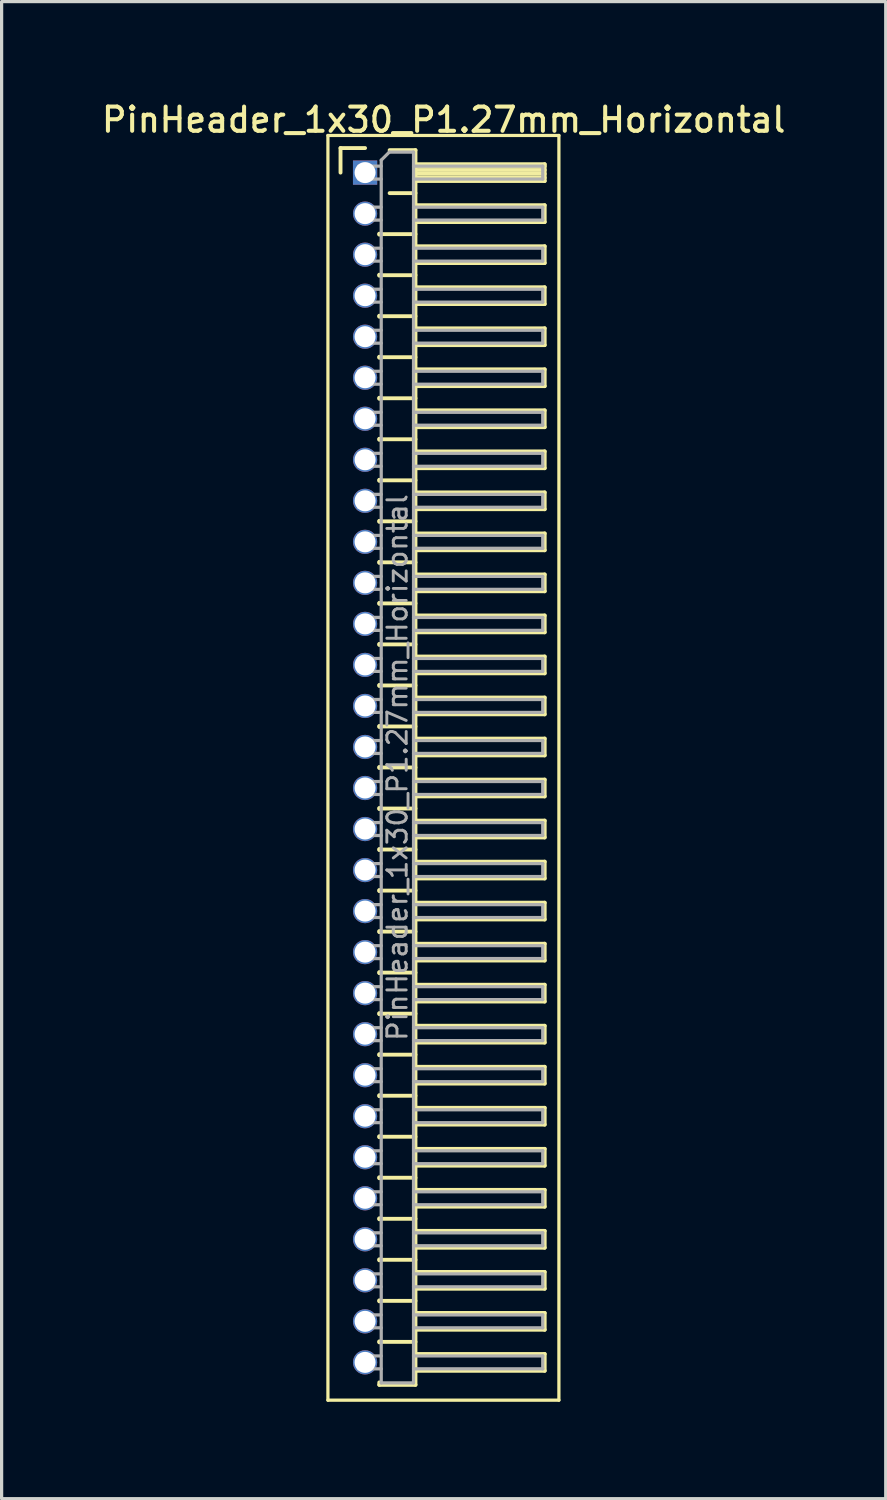
<source format=kicad_pcb>
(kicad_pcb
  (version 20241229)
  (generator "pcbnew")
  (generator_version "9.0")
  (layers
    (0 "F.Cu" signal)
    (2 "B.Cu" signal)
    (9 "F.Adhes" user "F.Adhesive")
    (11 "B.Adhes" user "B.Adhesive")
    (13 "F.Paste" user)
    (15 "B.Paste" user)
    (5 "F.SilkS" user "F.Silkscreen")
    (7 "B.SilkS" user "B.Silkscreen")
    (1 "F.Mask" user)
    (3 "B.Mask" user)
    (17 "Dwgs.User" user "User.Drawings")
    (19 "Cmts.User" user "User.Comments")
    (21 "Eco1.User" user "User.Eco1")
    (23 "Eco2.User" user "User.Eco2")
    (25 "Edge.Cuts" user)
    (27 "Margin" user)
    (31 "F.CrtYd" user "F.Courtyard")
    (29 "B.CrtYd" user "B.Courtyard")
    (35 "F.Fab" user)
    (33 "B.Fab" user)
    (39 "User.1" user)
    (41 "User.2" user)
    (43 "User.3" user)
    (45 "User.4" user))
  (footprint "PinHeader_1x30_P1.27mm_Horizontal"
    (layer "F.Cu")
    (at 8.251 2.293)
    (property "Reference" "PinHeader_1x30_P1.27mm_Horizontal" (at 2.433 -1.635 0) (layer "F.SilkS") (effects (font (size 0.75 0.75) (thickness 0.125))))
    (attr through_hole)
    (fp_line (start -1.15 -1.15) (end -1.15 38) (stroke (width 0.1) (type solid)) (layer "F.SilkS"))
    (fp_line (start -1.15 38) (end 6 38) (stroke (width 0.1) (type solid)) (layer "F.SilkS"))
    (fp_line (start -0.76 -0.76) (end 0 -0.76) (stroke (width 0.12) (type solid)) (layer "F.SilkS"))
    (fp_line (start -0.76 0) (end -0.76 -0.76) (stroke (width 0.12) (type solid)) (layer "F.SilkS"))
    (fp_line (start 0.44 1.89) (end 0.44 1.92) (stroke (width 0.12) (type solid)) (layer "F.SilkS"))
    (fp_line (start 0.44 1.905) (end 1.56 1.905) (stroke (width 0.12) (type solid)) (layer "F.SilkS"))
    (fp_line (start 0.44 3.16) (end 0.44 3.19) (stroke (width 0.12) (type solid)) (layer "F.SilkS"))
    (fp_line (start 0.44 3.175) (end 1.56 3.175) (stroke (width 0.12) (type solid)) (layer "F.SilkS"))
    (fp_line (start 0.44 4.43) (end 0.44 4.46) (stroke (width 0.12) (type solid)) (layer "F.SilkS"))
    (fp_line (start 0.44 4.445) (end 1.56 4.445) (stroke (width 0.12) (type solid)) (layer "F.SilkS"))
    (fp_line (start 0.44 5.7) (end 0.44 5.73) (stroke (width 0.12) (type solid)) (layer "F.SilkS"))
    (fp_line (start 0.44 5.715) (end 1.56 5.715) (stroke (width 0.12) (type solid)) (layer "F.SilkS"))
    (fp_line (start 0.44 6.97) (end 0.44 7) (stroke (width 0.12) (type solid)) (layer "F.SilkS"))
    (fp_line (start 0.44 6.985) (end 1.56 6.985) (stroke (width 0.12) (type solid)) (layer "F.SilkS"))
    (fp_line (start 0.44 8.24) (end 0.44 8.27) (stroke (width 0.12) (type solid)) (layer "F.SilkS"))
    (fp_line (start 0.44 8.255) (end 1.56 8.255) (stroke (width 0.12) (type solid)) (layer "F.SilkS"))
    (fp_line (start 0.44 9.51) (end 0.44 9.54) (stroke (width 0.12) (type solid)) (layer "F.SilkS"))
    (fp_line (start 0.44 9.525) (end 1.56 9.525) (stroke (width 0.12) (type solid)) (layer "F.SilkS"))
    (fp_line (start 0.44 10.78) (end 0.44 10.81) (stroke (width 0.12) (type solid)) (layer "F.SilkS"))
    (fp_line (start 0.44 10.795) (end 1.56 10.795) (stroke (width 0.12) (type solid)) (layer "F.SilkS"))
    (fp_line (start 0.44 12.05) (end 0.44 12.08) (stroke (width 0.12) (type solid)) (layer "F.SilkS"))
    (fp_line (start 0.44 12.065) (end 1.56 12.065) (stroke (width 0.12) (type solid)) (layer "F.SilkS"))
    (fp_line (start 0.44 13.32) (end 0.44 13.35) (stroke (width 0.12) (type solid)) (layer "F.SilkS"))
    (fp_line (start 0.44 13.335) (end 1.56 13.335) (stroke (width 0.12) (type solid)) (layer "F.SilkS"))
    (fp_line (start 0.44 14.59) (end 0.44 14.62) (stroke (width 0.12) (type solid)) (layer "F.SilkS"))
    (fp_line (start 0.44 14.605) (end 1.56 14.605) (stroke (width 0.12) (type solid)) (layer "F.SilkS"))
    (fp_line (start 0.44 15.86) (end 0.44 15.89) (stroke (width 0.12) (type solid)) (layer "F.SilkS"))
    (fp_line (start 0.44 15.875) (end 1.56 15.875) (stroke (width 0.12) (type solid)) (layer "F.SilkS"))
    (fp_line (start 0.44 17.13) (end 0.44 17.16) (stroke (width 0.12) (type solid)) (layer "F.SilkS"))
    (fp_line (start 0.44 17.145) (end 1.56 17.145) (stroke (width 0.12) (type solid)) (layer "F.SilkS"))
    (fp_line (start 0.44 18.4) (end 0.44 18.43) (stroke (width 0.12) (type solid)) (layer "F.SilkS"))
    (fp_line (start 0.44 18.415) (end 1.56 18.415) (stroke (width 0.12) (type solid)) (layer "F.SilkS"))
    (fp_line (start 0.44 19.67) (end 0.44 19.7) (stroke (width 0.12) (type solid)) (layer "F.SilkS"))
    (fp_line (start 0.44 19.685) (end 1.56 19.685) (stroke (width 0.12) (type solid)) (layer "F.SilkS"))
    (fp_line (start 0.44 20.94) (end 0.44 20.97) (stroke (width 0.12) (type solid)) (layer "F.SilkS"))
    (fp_line (start 0.44 20.955) (end 1.56 20.955) (stroke (width 0.12) (type solid)) (layer "F.SilkS"))
    (fp_line (start 0.44 22.21) (end 0.44 22.24) (stroke (width 0.12) (type solid)) (layer "F.SilkS"))
    (fp_line (start 0.44 22.225) (end 1.56 22.225) (stroke (width 0.12) (type solid)) (layer "F.SilkS"))
    (fp_line (start 0.44 23.48) (end 0.44 23.51) (stroke (width 0.12) (type solid)) (layer "F.SilkS"))
    (fp_line (start 0.44 23.495) (end 1.56 23.495) (stroke (width 0.12) (type solid)) (layer "F.SilkS"))
    (fp_line (start 0.44 24.75) (end 0.44 24.78) (stroke (width 0.12) (type solid)) (layer "F.SilkS"))
    (fp_line (start 0.44 24.765) (end 1.56 24.765) (stroke (width 0.12) (type solid)) (layer "F.SilkS"))
    (fp_line (start 0.44 26.02) (end 0.44 26.05) (stroke (width 0.12) (type solid)) (layer "F.SilkS"))
    (fp_line (start 0.44 26.035) (end 1.56 26.035) (stroke (width 0.12) (type solid)) (layer "F.SilkS"))
    (fp_line (start 0.44 27.29) (end 0.44 27.32) (stroke (width 0.12) (type solid)) (layer "F.SilkS"))
    (fp_line (start 0.44 27.305) (end 1.56 27.305) (stroke (width 0.12) (type solid)) (layer "F.SilkS"))
    (fp_line (start 0.44 28.56) (end 0.44 28.59) (stroke (width 0.12) (type solid)) (layer "F.SilkS"))
    (fp_line (start 0.44 28.575) (end 1.56 28.575) (stroke (width 0.12) (type solid)) (layer "F.SilkS"))
    (fp_line (start 0.44 29.83) (end 0.44 29.86) (stroke (width 0.12) (type solid)) (layer "F.SilkS"))
    (fp_line (start 0.44 29.845) (end 1.56 29.845) (stroke (width 0.12) (type solid)) (layer "F.SilkS"))
    (fp_line (start 0.44 31.1) (end 0.44 31.13) (stroke (width 0.12) (type solid)) (layer "F.SilkS"))
    (fp_line (start 0.44 31.115) (end 1.56 31.115) (stroke (width 0.12) (type solid)) (layer "F.SilkS"))
    (fp_line (start 0.44 32.37) (end 0.44 32.4) (stroke (width 0.12) (type solid)) (layer "F.SilkS"))
    (fp_line (start 0.44 32.385) (end 1.56 32.385) (stroke (width 0.12) (type solid)) (layer "F.SilkS"))
    (fp_line (start 0.44 33.64) (end 0.44 33.67) (stroke (width 0.12) (type solid)) (layer "F.SilkS"))
    (fp_line (start 0.44 33.655) (end 1.56 33.655) (stroke (width 0.12) (type solid)) (layer "F.SilkS"))
    (fp_line (start 0.44 34.91) (end 0.44 34.94) (stroke (width 0.12) (type solid)) (layer "F.SilkS"))
    (fp_line (start 0.44 34.925) (end 1.56 34.925) (stroke (width 0.12) (type solid)) (layer "F.SilkS"))
    (fp_line (start 0.44 36.18) (end 0.44 36.21) (stroke (width 0.12) (type solid)) (layer "F.SilkS"))
    (fp_line (start 0.44 36.195) (end 1.56 36.195) (stroke (width 0.12) (type solid)) (layer "F.SilkS"))
    (fp_line (start 0.44 37.525) (end 0.44 37.45) (stroke (width 0.12) (type solid)) (layer "F.SilkS"))
    (fp_line (start 0.76 -0.695) (end 1.56 -0.695) (stroke (width 0.12) (type solid)) (layer "F.SilkS"))
    (fp_line (start 0.76 0.635) (end 1.56 0.635) (stroke (width 0.12) (type solid)) (layer "F.SilkS"))
    (fp_line (start 1.56 -0.695) (end 1.56 37.525) (stroke (width 0.12) (type solid)) (layer "F.SilkS"))
    (fp_line (start 1.56 -0.26) (end 5.56 -0.26) (stroke (width 0.12) (type solid)) (layer "F.SilkS"))
    (fp_line (start 1.56 -0.2) (end 5.56 -0.2) (stroke (width 0.12) (type solid)) (layer "F.SilkS"))
    (fp_line (start 1.56 -0.08) (end 5.56 -0.08) (stroke (width 0.12) (type solid)) (layer "F.SilkS"))
    (fp_line (start 1.56 0.04) (end 5.56 0.04) (stroke (width 0.12) (type solid)) (layer "F.SilkS"))
    (fp_line (start 1.56 0.16) (end 5.56 0.16) (stroke (width 0.12) (type solid)) (layer "F.SilkS"))
    (fp_line (start 1.56 1.01) (end 5.56 1.01) (stroke (width 0.12) (type solid)) (layer "F.SilkS"))
    (fp_line (start 1.56 2.28) (end 5.56 2.28) (stroke (width 0.12) (type solid)) (layer "F.SilkS"))
    (fp_line (start 1.56 3.55) (end 5.56 3.55) (stroke (width 0.12) (type solid)) (layer "F.SilkS"))
    (fp_line (start 1.56 4.82) (end 5.56 4.82) (stroke (width 0.12) (type solid)) (layer "F.SilkS"))
    (fp_line (start 1.56 6.09) (end 5.56 6.09) (stroke (width 0.12) (type solid)) (layer "F.SilkS"))
    (fp_line (start 1.56 7.36) (end 5.56 7.36) (stroke (width 0.12) (type solid)) (layer "F.SilkS"))
    (fp_line (start 1.56 8.63) (end 5.56 8.63) (stroke (width 0.12) (type solid)) (layer "F.SilkS"))
    (fp_line (start 1.56 9.9) (end 5.56 9.9) (stroke (width 0.12) (type solid)) (layer "F.SilkS"))
    (fp_line (start 1.56 11.17) (end 5.56 11.17) (stroke (width 0.12) (type solid)) (layer "F.SilkS"))
    (fp_line (start 1.56 12.44) (end 5.56 12.44) (stroke (width 0.12) (type solid)) (layer "F.SilkS"))
    (fp_line (start 1.56 13.71) (end 5.56 13.71) (stroke (width 0.12) (type solid)) (layer "F.SilkS"))
    (fp_line (start 1.56 14.98) (end 5.56 14.98) (stroke (width 0.12) (type solid)) (layer "F.SilkS"))
    (fp_line (start 1.56 16.25) (end 5.56 16.25) (stroke (width 0.12) (type solid)) (layer "F.SilkS"))
    (fp_line (start 1.56 17.52) (end 5.56 17.52) (stroke (width 0.12) (type solid)) (layer "F.SilkS"))
    (fp_line (start 1.56 18.79) (end 5.56 18.79) (stroke (width 0.12) (type solid)) (layer "F.SilkS"))
    (fp_line (start 1.56 20.06) (end 5.56 20.06) (stroke (width 0.12) (type solid)) (layer "F.SilkS"))
    (fp_line (start 1.56 21.33) (end 5.56 21.33) (stroke (width 0.12) (type solid)) (layer "F.SilkS"))
    (fp_line (start 1.56 22.6) (end 5.56 22.6) (stroke (width 0.12) (type solid)) (layer "F.SilkS"))
    (fp_line (start 1.56 23.87) (end 5.56 23.87) (stroke (width 0.12) (type solid)) (layer "F.SilkS"))
    (fp_line (start 1.56 25.14) (end 5.56 25.14) (stroke (width 0.12) (type solid)) (layer "F.SilkS"))
    (fp_line (start 1.56 26.41) (end 5.56 26.41) (stroke (width 0.12) (type solid)) (layer "F.SilkS"))
    (fp_line (start 1.56 27.68) (end 5.56 27.68) (stroke (width 0.12) (type solid)) (layer "F.SilkS"))
    (fp_line (start 1.56 28.95) (end 5.56 28.95) (stroke (width 0.12) (type solid)) (layer "F.SilkS"))
    (fp_line (start 1.56 30.22) (end 5.56 30.22) (stroke (width 0.12) (type solid)) (layer "F.SilkS"))
    (fp_line (start 1.56 31.49) (end 5.56 31.49) (stroke (width 0.12) (type solid)) (layer "F.SilkS"))
    (fp_line (start 1.56 32.76) (end 5.56 32.76) (stroke (width 0.12) (type solid)) (layer "F.SilkS"))
    (fp_line (start 1.56 34.03) (end 5.56 34.03) (stroke (width 0.12) (type solid)) (layer "F.SilkS"))
    (fp_line (start 1.56 35.3) (end 5.56 35.3) (stroke (width 0.12) (type solid)) (layer "F.SilkS"))
    (fp_line (start 1.56 36.57) (end 5.56 36.57) (stroke (width 0.12) (type solid)) (layer "F.SilkS"))
    (fp_line (start 1.56 37.525) (end 0.44 37.525) (stroke (width 0.12) (type solid)) (layer "F.SilkS"))
    (fp_line (start 5.56 -0.26) (end 5.56 0.26) (stroke (width 0.12) (type solid)) (layer "F.SilkS"))
    (fp_line (start 5.56 0.26) (end 1.56 0.26) (stroke (width 0.12) (type solid)) (layer "F.SilkS"))
    (fp_line (start 5.56 1.01) (end 5.56 1.53) (stroke (width 0.12) (type solid)) (layer "F.SilkS"))
    (fp_line (start 5.56 1.53) (end 1.56 1.53) (stroke (width 0.12) (type solid)) (layer "F.SilkS"))
    (fp_line (start 5.56 2.28) (end 5.56 2.8) (stroke (width 0.12) (type solid)) (layer "F.SilkS"))
    (fp_line (start 5.56 2.8) (end 1.56 2.8) (stroke (width 0.12) (type solid)) (layer "F.SilkS"))
    (fp_line (start 5.56 3.55) (end 5.56 4.07) (stroke (width 0.12) (type solid)) (layer "F.SilkS"))
    (fp_line (start 5.56 4.07) (end 1.56 4.07) (stroke (width 0.12) (type solid)) (layer "F.SilkS"))
    (fp_line (start 5.56 4.82) (end 5.56 5.34) (stroke (width 0.12) (type solid)) (layer "F.SilkS"))
    (fp_line (start 5.56 5.34) (end 1.56 5.34) (stroke (width 0.12) (type solid)) (layer "F.SilkS"))
    (fp_line (start 5.56 6.09) (end 5.56 6.61) (stroke (width 0.12) (type solid)) (layer "F.SilkS"))
    (fp_line (start 5.56 6.61) (end 1.56 6.61) (stroke (width 0.12) (type solid)) (layer "F.SilkS"))
    (fp_line (start 5.56 7.36) (end 5.56 7.88) (stroke (width 0.12) (type solid)) (layer "F.SilkS"))
    (fp_line (start 5.56 7.88) (end 1.56 7.88) (stroke (width 0.12) (type solid)) (layer "F.SilkS"))
    (fp_line (start 5.56 8.63) (end 5.56 9.15) (stroke (width 0.12) (type solid)) (layer "F.SilkS"))
    (fp_line (start 5.56 9.15) (end 1.56 9.15) (stroke (width 0.12) (type solid)) (layer "F.SilkS"))
    (fp_line (start 5.56 9.9) (end 5.56 10.42) (stroke (width 0.12) (type solid)) (layer "F.SilkS"))
    (fp_line (start 5.56 10.42) (end 1.56 10.42) (stroke (width 0.12) (type solid)) (layer "F.SilkS"))
    (fp_line (start 5.56 11.17) (end 5.56 11.69) (stroke (width 0.12) (type solid)) (layer "F.SilkS"))
    (fp_line (start 5.56 11.69) (end 1.56 11.69) (stroke (width 0.12) (type solid)) (layer "F.SilkS"))
    (fp_line (start 5.56 12.44) (end 5.56 12.96) (stroke (width 0.12) (type solid)) (layer "F.SilkS"))
    (fp_line (start 5.56 12.96) (end 1.56 12.96) (stroke (width 0.12) (type solid)) (layer "F.SilkS"))
    (fp_line (start 5.56 13.71) (end 5.56 14.23) (stroke (width 0.12) (type solid)) (layer "F.SilkS"))
    (fp_line (start 5.56 14.23) (end 1.56 14.23) (stroke (width 0.12) (type solid)) (layer "F.SilkS"))
    (fp_line (start 5.56 14.98) (end 5.56 15.5) (stroke (width 0.12) (type solid)) (layer "F.SilkS"))
    (fp_line (start 5.56 15.5) (end 1.56 15.5) (stroke (width 0.12) (type solid)) (layer "F.SilkS"))
    (fp_line (start 5.56 16.25) (end 5.56 16.77) (stroke (width 0.12) (type solid)) (layer "F.SilkS"))
    (fp_line (start 5.56 16.77) (end 1.56 16.77) (stroke (width 0.12) (type solid)) (layer "F.SilkS"))
    (fp_line (start 5.56 17.52) (end 5.56 18.04) (stroke (width 0.12) (type solid)) (layer "F.SilkS"))
    (fp_line (start 5.56 18.04) (end 1.56 18.04) (stroke (width 0.12) (type solid)) (layer "F.SilkS"))
    (fp_line (start 5.56 18.79) (end 5.56 19.31) (stroke (width 0.12) (type solid)) (layer "F.SilkS"))
    (fp_line (start 5.56 19.31) (end 1.56 19.31) (stroke (width 0.12) (type solid)) (layer "F.SilkS"))
    (fp_line (start 5.56 20.06) (end 5.56 20.58) (stroke (width 0.12) (type solid)) (layer "F.SilkS"))
    (fp_line (start 5.56 20.58) (end 1.56 20.58) (stroke (width 0.12) (type solid)) (layer "F.SilkS"))
    (fp_line (start 5.56 21.33) (end 5.56 21.85) (stroke (width 0.12) (type solid)) (layer "F.SilkS"))
    (fp_line (start 5.56 21.85) (end 1.56 21.85) (stroke (width 0.12) (type solid)) (layer "F.SilkS"))
    (fp_line (start 5.56 22.6) (end 5.56 23.12) (stroke (width 0.12) (type solid)) (layer "F.SilkS"))
    (fp_line (start 5.56 23.12) (end 1.56 23.12) (stroke (width 0.12) (type solid)) (layer "F.SilkS"))
    (fp_line (start 5.56 23.87) (end 5.56 24.39) (stroke (width 0.12) (type solid)) (layer "F.SilkS"))
    (fp_line (start 5.56 24.39) (end 1.56 24.39) (stroke (width 0.12) (type solid)) (layer "F.SilkS"))
    (fp_line (start 5.56 25.14) (end 5.56 25.66) (stroke (width 0.12) (type solid)) (layer "F.SilkS"))
    (fp_line (start 5.56 25.66) (end 1.56 25.66) (stroke (width 0.12) (type solid)) (layer "F.SilkS"))
    (fp_line (start 5.56 26.41) (end 5.56 26.93) (stroke (width 0.12) (type solid)) (layer "F.SilkS"))
    (fp_line (start 5.56 26.93) (end 1.56 26.93) (stroke (width 0.12) (type solid)) (layer "F.SilkS"))
    (fp_line (start 5.56 27.68) (end 5.56 28.2) (stroke (width 0.12) (type solid)) (layer "F.SilkS"))
    (fp_line (start 5.56 28.2) (end 1.56 28.2) (stroke (width 0.12) (type solid)) (layer "F.SilkS"))
    (fp_line (start 5.56 28.95) (end 5.56 29.47) (stroke (width 0.12) (type solid)) (layer "F.SilkS"))
    (fp_line (start 5.56 29.47) (end 1.56 29.47) (stroke (width 0.12) (type solid)) (layer "F.SilkS"))
    (fp_line (start 5.56 30.22) (end 5.56 30.74) (stroke (width 0.12) (type solid)) (layer "F.SilkS"))
    (fp_line (start 5.56 30.74) (end 1.56 30.74) (stroke (width 0.12) (type solid)) (layer "F.SilkS"))
    (fp_line (start 5.56 31.49) (end 5.56 32.01) (stroke (width 0.12) (type solid)) (layer "F.SilkS"))
    (fp_line (start 5.56 32.01) (end 1.56 32.01) (stroke (width 0.12) (type solid)) (layer "F.SilkS"))
    (fp_line (start 5.56 32.76) (end 5.56 33.28) (stroke (width 0.12) (type solid)) (layer "F.SilkS"))
    (fp_line (start 5.56 33.28) (end 1.56 33.28) (stroke (width 0.12) (type solid)) (layer "F.SilkS"))
    (fp_line (start 5.56 34.03) (end 5.56 34.55) (stroke (width 0.12) (type solid)) (layer "F.SilkS"))
    (fp_line (start 5.56 34.55) (end 1.56 34.55) (stroke (width 0.12) (type solid)) (layer "F.SilkS"))
    (fp_line (start 5.56 35.3) (end 5.56 35.82) (stroke (width 0.12) (type solid)) (layer "F.SilkS"))
    (fp_line (start 5.56 35.82) (end 1.56 35.82) (stroke (width 0.12) (type solid)) (layer "F.SilkS"))
    (fp_line (start 5.56 36.57) (end 5.56 37.09) (stroke (width 0.12) (type solid)) (layer "F.SilkS"))
    (fp_line (start 5.56 37.09) (end 1.56 37.09) (stroke (width 0.12) (type solid)) (layer "F.SilkS"))
    (fp_line (start 6 -1.15) (end -1.15 -1.15) (stroke (width 0.1) (type solid)) (layer "F.SilkS"))
    (fp_line (start 6 38) (end 6 -1.15) (stroke (width 0.1) (type solid)) (layer "F.SilkS"))
    (fp_line (start -0.2 -0.2) (end -0.2 0.2) (stroke (width 0.1) (type solid)) (layer "F.Fab"))
    (fp_line (start -0.2 -0.2) (end 0.5 -0.2) (stroke (width 0.1) (type solid)) (layer "F.Fab"))
    (fp_line (start -0.2 0.2) (end 0.5 0.2) (stroke (width 0.1) (type solid)) (layer "F.Fab"))
    (fp_line (start -0.2 1.07) (end -0.2 1.47) (stroke (width 0.1) (type solid)) (layer "F.Fab"))
    (fp_line (start -0.2 1.07) (end 0.5 1.07) (stroke (width 0.1) (type solid)) (layer "F.Fab"))
    (fp_line (start -0.2 1.47) (end 0.5 1.47) (stroke (width 0.1) (type solid)) (layer "F.Fab"))
    (fp_line (start -0.2 2.34) (end -0.2 2.74) (stroke (width 0.1) (type solid)) (layer "F.Fab"))
    (fp_line (start -0.2 2.34) (end 0.5 2.34) (stroke (width 0.1) (type solid)) (layer "F.Fab"))
    (fp_line (start -0.2 2.74) (end 0.5 2.74) (stroke (width 0.1) (type solid)) (layer "F.Fab"))
    (fp_line (start -0.2 3.61) (end -0.2 4.01) (stroke (width 0.1) (type solid)) (layer "F.Fab"))
    (fp_line (start -0.2 3.61) (end 0.5 3.61) (stroke (width 0.1) (type solid)) (layer "F.Fab"))
    (fp_line (start -0.2 4.01) (end 0.5 4.01) (stroke (width 0.1) (type solid)) (layer "F.Fab"))
    (fp_line (start -0.2 4.88) (end -0.2 5.28) (stroke (width 0.1) (type solid)) (layer "F.Fab"))
    (fp_line (start -0.2 4.88) (end 0.5 4.88) (stroke (width 0.1) (type solid)) (layer "F.Fab"))
    (fp_line (start -0.2 5.28) (end 0.5 5.28) (stroke (width 0.1) (type solid)) (layer "F.Fab"))
    (fp_line (start -0.2 6.15) (end -0.2 6.55) (stroke (width 0.1) (type solid)) (layer "F.Fab"))
    (fp_line (start -0.2 6.15) (end 0.5 6.15) (stroke (width 0.1) (type solid)) (layer "F.Fab"))
    (fp_line (start -0.2 6.55) (end 0.5 6.55) (stroke (width 0.1) (type solid)) (layer "F.Fab"))
    (fp_line (start -0.2 7.42) (end -0.2 7.82) (stroke (width 0.1) (type solid)) (layer "F.Fab"))
    (fp_line (start -0.2 7.42) (end 0.5 7.42) (stroke (width 0.1) (type solid)) (layer "F.Fab"))
    (fp_line (start -0.2 7.82) (end 0.5 7.82) (stroke (width 0.1) (type solid)) (layer "F.Fab"))
    (fp_line (start -0.2 8.69) (end -0.2 9.09) (stroke (width 0.1) (type solid)) (layer "F.Fab"))
    (fp_line (start -0.2 8.69) (end 0.5 8.69) (stroke (width 0.1) (type solid)) (layer "F.Fab"))
    (fp_line (start -0.2 9.09) (end 0.5 9.09) (stroke (width 0.1) (type solid)) (layer "F.Fab"))
    (fp_line (start -0.2 9.96) (end -0.2 10.36) (stroke (width 0.1) (type solid)) (layer "F.Fab"))
    (fp_line (start -0.2 9.96) (end 0.5 9.96) (stroke (width 0.1) (type solid)) (layer "F.Fab"))
    (fp_line (start -0.2 10.36) (end 0.5 10.36) (stroke (width 0.1) (type solid)) (layer "F.Fab"))
    (fp_line (start -0.2 11.23) (end -0.2 11.63) (stroke (width 0.1) (type solid)) (layer "F.Fab"))
    (fp_line (start -0.2 11.23) (end 0.5 11.23) (stroke (width 0.1) (type solid)) (layer "F.Fab"))
    (fp_line (start -0.2 11.63) (end 0.5 11.63) (stroke (width 0.1) (type solid)) (layer "F.Fab"))
    (fp_line (start -0.2 12.5) (end -0.2 12.9) (stroke (width 0.1) (type solid)) (layer "F.Fab"))
    (fp_line (start -0.2 12.5) (end 0.5 12.5) (stroke (width 0.1) (type solid)) (layer "F.Fab"))
    (fp_line (start -0.2 12.9) (end 0.5 12.9) (stroke (width 0.1) (type solid)) (layer "F.Fab"))
    (fp_line (start -0.2 13.77) (end -0.2 14.17) (stroke (width 0.1) (type solid)) (layer "F.Fab"))
    (fp_line (start -0.2 13.77) (end 0.5 13.77) (stroke (width 0.1) (type solid)) (layer "F.Fab"))
    (fp_line (start -0.2 14.17) (end 0.5 14.17) (stroke (width 0.1) (type solid)) (layer "F.Fab"))
    (fp_line (start -0.2 15.04) (end -0.2 15.44) (stroke (width 0.1) (type solid)) (layer "F.Fab"))
    (fp_line (start -0.2 15.04) (end 0.5 15.04) (stroke (width 0.1) (type solid)) (layer "F.Fab"))
    (fp_line (start -0.2 15.44) (end 0.5 15.44) (stroke (width 0.1) (type solid)) (layer "F.Fab"))
    (fp_line (start -0.2 16.31) (end -0.2 16.71) (stroke (width 0.1) (type solid)) (layer "F.Fab"))
    (fp_line (start -0.2 16.31) (end 0.5 16.31) (stroke (width 0.1) (type solid)) (layer "F.Fab"))
    (fp_line (start -0.2 16.71) (end 0.5 16.71) (stroke (width 0.1) (type solid)) (layer "F.Fab"))
    (fp_line (start -0.2 17.58) (end -0.2 17.98) (stroke (width 0.1) (type solid)) (layer "F.Fab"))
    (fp_line (start -0.2 17.58) (end 0.5 17.58) (stroke (width 0.1) (type solid)) (layer "F.Fab"))
    (fp_line (start -0.2 17.98) (end 0.5 17.98) (stroke (width 0.1) (type solid)) (layer "F.Fab"))
    (fp_line (start -0.2 18.85) (end -0.2 19.25) (stroke (width 0.1) (type solid)) (layer "F.Fab"))
    (fp_line (start -0.2 18.85) (end 0.5 18.85) (stroke (width 0.1) (type solid)) (layer "F.Fab"))
    (fp_line (start -0.2 19.25) (end 0.5 19.25) (stroke (width 0.1) (type solid)) (layer "F.Fab"))
    (fp_line (start -0.2 20.12) (end -0.2 20.52) (stroke (width 0.1) (type solid)) (layer "F.Fab"))
    (fp_line (start -0.2 20.12) (end 0.5 20.12) (stroke (width 0.1) (type solid)) (layer "F.Fab"))
    (fp_line (start -0.2 20.52) (end 0.5 20.52) (stroke (width 0.1) (type solid)) (layer "F.Fab"))
    (fp_line (start -0.2 21.39) (end -0.2 21.79) (stroke (width 0.1) (type solid)) (layer "F.Fab"))
    (fp_line (start -0.2 21.39) (end 0.5 21.39) (stroke (width 0.1) (type solid)) (layer "F.Fab"))
    (fp_line (start -0.2 21.79) (end 0.5 21.79) (stroke (width 0.1) (type solid)) (layer "F.Fab"))
    (fp_line (start -0.2 22.66) (end -0.2 23.06) (stroke (width 0.1) (type solid)) (layer "F.Fab"))
    (fp_line (start -0.2 22.66) (end 0.5 22.66) (stroke (width 0.1) (type solid)) (layer "F.Fab"))
    (fp_line (start -0.2 23.06) (end 0.5 23.06) (stroke (width 0.1) (type solid)) (layer "F.Fab"))
    (fp_line (start -0.2 23.93) (end -0.2 24.33) (stroke (width 0.1) (type solid)) (layer "F.Fab"))
    (fp_line (start -0.2 23.93) (end 0.5 23.93) (stroke (width 0.1) (type solid)) (layer "F.Fab"))
    (fp_line (start -0.2 24.33) (end 0.5 24.33) (stroke (width 0.1) (type solid)) (layer "F.Fab"))
    (fp_line (start -0.2 25.2) (end -0.2 25.6) (stroke (width 0.1) (type solid)) (layer "F.Fab"))
    (fp_line (start -0.2 25.2) (end 0.5 25.2) (stroke (width 0.1) (type solid)) (layer "F.Fab"))
    (fp_line (start -0.2 25.6) (end 0.5 25.6) (stroke (width 0.1) (type solid)) (layer "F.Fab"))
    (fp_line (start -0.2 26.47) (end -0.2 26.87) (stroke (width 0.1) (type solid)) (layer "F.Fab"))
    (fp_line (start -0.2 26.47) (end 0.5 26.47) (stroke (width 0.1) (type solid)) (layer "F.Fab"))
    (fp_line (start -0.2 26.87) (end 0.5 26.87) (stroke (width 0.1) (type solid)) (layer "F.Fab"))
    (fp_line (start -0.2 27.74) (end -0.2 28.14) (stroke (width 0.1) (type solid)) (layer "F.Fab"))
    (fp_line (start -0.2 27.74) (end 0.5 27.74) (stroke (width 0.1) (type solid)) (layer "F.Fab"))
    (fp_line (start -0.2 28.14) (end 0.5 28.14) (stroke (width 0.1) (type solid)) (layer "F.Fab"))
    (fp_line (start -0.2 29.01) (end -0.2 29.41) (stroke (width 0.1) (type solid)) (layer "F.Fab"))
    (fp_line (start -0.2 29.01) (end 0.5 29.01) (stroke (width 0.1) (type solid)) (layer "F.Fab"))
    (fp_line (start -0.2 29.41) (end 0.5 29.41) (stroke (width 0.1) (type solid)) (layer "F.Fab"))
    (fp_line (start -0.2 30.28) (end -0.2 30.68) (stroke (width 0.1) (type solid)) (layer "F.Fab"))
    (fp_line (start -0.2 30.28) (end 0.5 30.28) (stroke (width 0.1) (type solid)) (layer "F.Fab"))
    (fp_line (start -0.2 30.68) (end 0.5 30.68) (stroke (width 0.1) (type solid)) (layer "F.Fab"))
    (fp_line (start -0.2 31.55) (end -0.2 31.95) (stroke (width 0.1) (type solid)) (layer "F.Fab"))
    (fp_line (start -0.2 31.55) (end 0.5 31.55) (stroke (width 0.1) (type solid)) (layer "F.Fab"))
    (fp_line (start -0.2 31.95) (end 0.5 31.95) (stroke (width 0.1) (type solid)) (layer "F.Fab"))
    (fp_line (start -0.2 32.82) (end -0.2 33.22) (stroke (width 0.1) (type solid)) (layer "F.Fab"))
    (fp_line (start -0.2 32.82) (end 0.5 32.82) (stroke (width 0.1) (type solid)) (layer "F.Fab"))
    (fp_line (start -0.2 33.22) (end 0.5 33.22) (stroke (width 0.1) (type solid)) (layer "F.Fab"))
    (fp_line (start -0.2 34.09) (end -0.2 34.49) (stroke (width 0.1) (type solid)) (layer "F.Fab"))
    (fp_line (start -0.2 34.09) (end 0.5 34.09) (stroke (width 0.1) (type solid)) (layer "F.Fab"))
    (fp_line (start -0.2 34.49) (end 0.5 34.49) (stroke (width 0.1) (type solid)) (layer "F.Fab"))
    (fp_line (start -0.2 35.36) (end -0.2 35.76) (stroke (width 0.1) (type solid)) (layer "F.Fab"))
    (fp_line (start -0.2 35.36) (end 0.5 35.36) (stroke (width 0.1) (type solid)) (layer "F.Fab"))
    (fp_line (start -0.2 35.76) (end 0.5 35.76) (stroke (width 0.1) (type solid)) (layer "F.Fab"))
    (fp_line (start -0.2 36.63) (end -0.2 37.03) (stroke (width 0.1) (type solid)) (layer "F.Fab"))
    (fp_line (start -0.2 36.63) (end 0.5 36.63) (stroke (width 0.1) (type solid)) (layer "F.Fab"))
    (fp_line (start -0.2 37.03) (end 0.5 37.03) (stroke (width 0.1) (type solid)) (layer "F.Fab"))
    (fp_line (start 0.5 -0.385) (end 0.75 -0.635) (stroke (width 0.1) (type solid)) (layer "F.Fab"))
    (fp_line (start 0.5 37.465) (end 0.5 -0.385) (stroke (width 0.1) (type solid)) (layer "F.Fab"))
    (fp_line (start 0.75 -0.635) (end 1.5 -0.635) (stroke (width 0.1) (type solid)) (layer "F.Fab"))
    (fp_line (start 1.5 -0.635) (end 1.5 37.465) (stroke (width 0.1) (type solid)) (layer "F.Fab"))
    (fp_line (start 1.5 -0.2) (end 5.5 -0.2) (stroke (width 0.1) (type solid)) (layer "F.Fab"))
    (fp_line (start 1.5 0.2) (end 5.5 0.2) (stroke (width 0.1) (type solid)) (layer "F.Fab"))
    (fp_line (start 1.5 1.07) (end 5.5 1.07) (stroke (width 0.1) (type solid)) (layer "F.Fab"))
    (fp_line (start 1.5 1.47) (end 5.5 1.47) (stroke (width 0.1) (type solid)) (layer "F.Fab"))
    (fp_line (start 1.5 2.34) (end 5.5 2.34) (stroke (width 0.1) (type solid)) (layer "F.Fab"))
    (fp_line (start 1.5 2.74) (end 5.5 2.74) (stroke (width 0.1) (type solid)) (layer "F.Fab"))
    (fp_line (start 1.5 3.61) (end 5.5 3.61) (stroke (width 0.1) (type solid)) (layer "F.Fab"))
    (fp_line (start 1.5 4.01) (end 5.5 4.01) (stroke (width 0.1) (type solid)) (layer "F.Fab"))
    (fp_line (start 1.5 4.88) (end 5.5 4.88) (stroke (width 0.1) (type solid)) (layer "F.Fab"))
    (fp_line (start 1.5 5.28) (end 5.5 5.28) (stroke (width 0.1) (type solid)) (layer "F.Fab"))
    (fp_line (start 1.5 6.15) (end 5.5 6.15) (stroke (width 0.1) (type solid)) (layer "F.Fab"))
    (fp_line (start 1.5 6.55) (end 5.5 6.55) (stroke (width 0.1) (type solid)) (layer "F.Fab"))
    (fp_line (start 1.5 7.42) (end 5.5 7.42) (stroke (width 0.1) (type solid)) (layer "F.Fab"))
    (fp_line (start 1.5 7.82) (end 5.5 7.82) (stroke (width 0.1) (type solid)) (layer "F.Fab"))
    (fp_line (start 1.5 8.69) (end 5.5 8.69) (stroke (width 0.1) (type solid)) (layer "F.Fab"))
    (fp_line (start 1.5 9.09) (end 5.5 9.09) (stroke (width 0.1) (type solid)) (layer "F.Fab"))
    (fp_line (start 1.5 9.96) (end 5.5 9.96) (stroke (width 0.1) (type solid)) (layer "F.Fab"))
    (fp_line (start 1.5 10.36) (end 5.5 10.36) (stroke (width 0.1) (type solid)) (layer "F.Fab"))
    (fp_line (start 1.5 11.23) (end 5.5 11.23) (stroke (width 0.1) (type solid)) (layer "F.Fab"))
    (fp_line (start 1.5 11.63) (end 5.5 11.63) (stroke (width 0.1) (type solid)) (layer "F.Fab"))
    (fp_line (start 1.5 12.5) (end 5.5 12.5) (stroke (width 0.1) (type solid)) (layer "F.Fab"))
    (fp_line (start 1.5 12.9) (end 5.5 12.9) (stroke (width 0.1) (type solid)) (layer "F.Fab"))
    (fp_line (start 1.5 13.77) (end 5.5 13.77) (stroke (width 0.1) (type solid)) (layer "F.Fab"))
    (fp_line (start 1.5 14.17) (end 5.5 14.17) (stroke (width 0.1) (type solid)) (layer "F.Fab"))
    (fp_line (start 1.5 15.04) (end 5.5 15.04) (stroke (width 0.1) (type solid)) (layer "F.Fab"))
    (fp_line (start 1.5 15.44) (end 5.5 15.44) (stroke (width 0.1) (type solid)) (layer "F.Fab"))
    (fp_line (start 1.5 16.31) (end 5.5 16.31) (stroke (width 0.1) (type solid)) (layer "F.Fab"))
    (fp_line (start 1.5 16.71) (end 5.5 16.71) (stroke (width 0.1) (type solid)) (layer "F.Fab"))
    (fp_line (start 1.5 17.58) (end 5.5 17.58) (stroke (width 0.1) (type solid)) (layer "F.Fab"))
    (fp_line (start 1.5 17.98) (end 5.5 17.98) (stroke (width 0.1) (type solid)) (layer "F.Fab"))
    (fp_line (start 1.5 18.85) (end 5.5 18.85) (stroke (width 0.1) (type solid)) (layer "F.Fab"))
    (fp_line (start 1.5 19.25) (end 5.5 19.25) (stroke (width 0.1) (type solid)) (layer "F.Fab"))
    (fp_line (start 1.5 20.12) (end 5.5 20.12) (stroke (width 0.1) (type solid)) (layer "F.Fab"))
    (fp_line (start 1.5 20.52) (end 5.5 20.52) (stroke (width 0.1) (type solid)) (layer "F.Fab"))
    (fp_line (start 1.5 21.39) (end 5.5 21.39) (stroke (width 0.1) (type solid)) (layer "F.Fab"))
    (fp_line (start 1.5 21.79) (end 5.5 21.79) (stroke (width 0.1) (type solid)) (layer "F.Fab"))
    (fp_line (start 1.5 22.66) (end 5.5 22.66) (stroke (width 0.1) (type solid)) (layer "F.Fab"))
    (fp_line (start 1.5 23.06) (end 5.5 23.06) (stroke (width 0.1) (type solid)) (layer "F.Fab"))
    (fp_line (start 1.5 23.93) (end 5.5 23.93) (stroke (width 0.1) (type solid)) (layer "F.Fab"))
    (fp_line (start 1.5 24.33) (end 5.5 24.33) (stroke (width 0.1) (type solid)) (layer "F.Fab"))
    (fp_line (start 1.5 25.2) (end 5.5 25.2) (stroke (width 0.1) (type solid)) (layer "F.Fab"))
    (fp_line (start 1.5 25.6) (end 5.5 25.6) (stroke (width 0.1) (type solid)) (layer "F.Fab"))
    (fp_line (start 1.5 26.47) (end 5.5 26.47) (stroke (width 0.1) (type solid)) (layer "F.Fab"))
    (fp_line (start 1.5 26.87) (end 5.5 26.87) (stroke (width 0.1) (type solid)) (layer "F.Fab"))
    (fp_line (start 1.5 27.74) (end 5.5 27.74) (stroke (width 0.1) (type solid)) (layer "F.Fab"))
    (fp_line (start 1.5 28.14) (end 5.5 28.14) (stroke (width 0.1) (type solid)) (layer "F.Fab"))
    (fp_line (start 1.5 29.01) (end 5.5 29.01) (stroke (width 0.1) (type solid)) (layer "F.Fab"))
    (fp_line (start 1.5 29.41) (end 5.5 29.41) (stroke (width 0.1) (type solid)) (layer "F.Fab"))
    (fp_line (start 1.5 30.28) (end 5.5 30.28) (stroke (width 0.1) (type solid)) (layer "F.Fab"))
    (fp_line (start 1.5 30.68) (end 5.5 30.68) (stroke (width 0.1) (type solid)) (layer "F.Fab"))
    (fp_line (start 1.5 31.55) (end 5.5 31.55) (stroke (width 0.1) (type solid)) (layer "F.Fab"))
    (fp_line (start 1.5 31.95) (end 5.5 31.95) (stroke (width 0.1) (type solid)) (layer "F.Fab"))
    (fp_line (start 1.5 32.82) (end 5.5 32.82) (stroke (width 0.1) (type solid)) (layer "F.Fab"))
    (fp_line (start 1.5 33.22) (end 5.5 33.22) (stroke (width 0.1) (type solid)) (layer "F.Fab"))
    (fp_line (start 1.5 34.09) (end 5.5 34.09) (stroke (width 0.1) (type solid)) (layer "F.Fab"))
    (fp_line (start 1.5 34.49) (end 5.5 34.49) (stroke (width 0.1) (type solid)) (layer "F.Fab"))
    (fp_line (start 1.5 35.36) (end 5.5 35.36) (stroke (width 0.1) (type solid)) (layer "F.Fab"))
    (fp_line (start 1.5 35.76) (end 5.5 35.76) (stroke (width 0.1) (type solid)) (layer "F.Fab"))
    (fp_line (start 1.5 36.63) (end 5.5 36.63) (stroke (width 0.1) (type solid)) (layer "F.Fab"))
    (fp_line (start 1.5 37.03) (end 5.5 37.03) (stroke (width 0.1) (type solid)) (layer "F.Fab"))
    (fp_line (start 1.5 37.465) (end 0.5 37.465) (stroke (width 0.1) (type solid)) (layer "F.Fab"))
    (fp_line (start 5.5 -0.2) (end 5.5 0.2) (stroke (width 0.1) (type solid)) (layer "F.Fab"))
    (fp_line (start 5.5 1.07) (end 5.5 1.47) (stroke (width 0.1) (type solid)) (layer "F.Fab"))
    (fp_line (start 5.5 2.34) (end 5.5 2.74) (stroke (width 0.1) (type solid)) (layer "F.Fab"))
    (fp_line (start 5.5 3.61) (end 5.5 4.01) (stroke (width 0.1) (type solid)) (layer "F.Fab"))
    (fp_line (start 5.5 4.88) (end 5.5 5.28) (stroke (width 0.1) (type solid)) (layer "F.Fab"))
    (fp_line (start 5.5 6.15) (end 5.5 6.55) (stroke (width 0.1) (type solid)) (layer "F.Fab"))
    (fp_line (start 5.5 7.42) (end 5.5 7.82) (stroke (width 0.1) (type solid)) (layer "F.Fab"))
    (fp_line (start 5.5 8.69) (end 5.5 9.09) (stroke (width 0.1) (type solid)) (layer "F.Fab"))
    (fp_line (start 5.5 9.96) (end 5.5 10.36) (stroke (width 0.1) (type solid)) (layer "F.Fab"))
    (fp_line (start 5.5 11.23) (end 5.5 11.63) (stroke (width 0.1) (type solid)) (layer "F.Fab"))
    (fp_line (start 5.5 12.5) (end 5.5 12.9) (stroke (width 0.1) (type solid)) (layer "F.Fab"))
    (fp_line (start 5.5 13.77) (end 5.5 14.17) (stroke (width 0.1) (type solid)) (layer "F.Fab"))
    (fp_line (start 5.5 15.04) (end 5.5 15.44) (stroke (width 0.1) (type solid)) (layer "F.Fab"))
    (fp_line (start 5.5 16.31) (end 5.5 16.71) (stroke (width 0.1) (type solid)) (layer "F.Fab"))
    (fp_line (start 5.5 17.58) (end 5.5 17.98) (stroke (width 0.1) (type solid)) (layer "F.Fab"))
    (fp_line (start 5.5 18.85) (end 5.5 19.25) (stroke (width 0.1) (type solid)) (layer "F.Fab"))
    (fp_line (start 5.5 20.12) (end 5.5 20.52) (stroke (width 0.1) (type solid)) (layer "F.Fab"))
    (fp_line (start 5.5 21.39) (end 5.5 21.79) (stroke (width 0.1) (type solid)) (layer "F.Fab"))
    (fp_line (start 5.5 22.66) (end 5.5 23.06) (stroke (width 0.1) (type solid)) (layer "F.Fab"))
    (fp_line (start 5.5 23.93) (end 5.5 24.33) (stroke (width 0.1) (type solid)) (layer "F.Fab"))
    (fp_line (start 5.5 25.2) (end 5.5 25.6) (stroke (width 0.1) (type solid)) (layer "F.Fab"))
    (fp_line (start 5.5 26.47) (end 5.5 26.87) (stroke (width 0.1) (type solid)) (layer "F.Fab"))
    (fp_line (start 5.5 27.74) (end 5.5 28.14) (stroke (width 0.1) (type solid)) (layer "F.Fab"))
    (fp_line (start 5.5 29.01) (end 5.5 29.41) (stroke (width 0.1) (type solid)) (layer "F.Fab"))
    (fp_line (start 5.5 30.28) (end 5.5 30.68) (stroke (width 0.1) (type solid)) (layer "F.Fab"))
    (fp_line (start 5.5 31.55) (end 5.5 31.95) (stroke (width 0.1) (type solid)) (layer "F.Fab"))
    (fp_line (start 5.5 32.82) (end 5.5 33.22) (stroke (width 0.1) (type solid)) (layer "F.Fab"))
    (fp_line (start 5.5 34.09) (end 5.5 34.49) (stroke (width 0.1) (type solid)) (layer "F.Fab"))
    (fp_line (start 5.5 35.36) (end 5.5 35.76) (stroke (width 0.1) (type solid)) (layer "F.Fab"))
    (fp_line (start 5.5 36.63) (end 5.5 37.03) (stroke (width 0.1) (type solid)) (layer "F.Fab"))
    (fp_text user "${REFERENCE}" (at 1 18.415 90) (layer "F.Fab") (effects (font (size 0.6 0.6) (thickness 0.09))))
    (pad "1" thru_hole rect (at 0 0) (size 0.75 0.75) (drill 0.65) (layers "*.Cu" "*.Mask"))
    (pad "2" thru_hole oval (at 0 1.27) (size 0.75 0.75) (drill 0.65) (layers "*.Cu" "*.Mask"))
    (pad "3" thru_hole oval (at 0 2.54) (size 0.75 0.75) (drill 0.65) (layers "*.Cu" "*.Mask"))
    (pad "4" thru_hole oval (at 0 3.81) (size 0.75 0.75) (drill 0.65) (layers "*.Cu" "*.Mask"))
    (pad "5" thru_hole oval (at 0 5.08) (size 0.75 0.75) (drill 0.65) (layers "*.Cu" "*.Mask"))
    (pad "6" thru_hole oval (at 0 6.35) (size 0.75 0.75) (drill 0.65) (layers "*.Cu" "*.Mask"))
    (pad "7" thru_hole oval (at 0 7.62) (size 0.75 0.75) (drill 0.65) (layers "*.Cu" "*.Mask"))
    (pad "8" thru_hole oval (at 0 8.89) (size 0.75 0.75) (drill 0.65) (layers "*.Cu" "*.Mask"))
    (pad "9" thru_hole oval (at 0 10.16) (size 0.75 0.75) (drill 0.65) (layers "*.Cu" "*.Mask"))
    (pad "10" thru_hole oval (at 0 11.43) (size 0.75 0.75) (drill 0.65) (layers "*.Cu" "*.Mask"))
    (pad "11" thru_hole oval (at 0 12.7) (size 0.75 0.75) (drill 0.65) (layers "*.Cu" "*.Mask"))
    (pad "12" thru_hole oval (at 0 13.97) (size 0.75 0.75) (drill 0.65) (layers "*.Cu" "*.Mask"))
    (pad "13" thru_hole oval (at 0 15.24) (size 0.75 0.75) (drill 0.65) (layers "*.Cu" "*.Mask"))
    (pad "14" thru_hole oval (at 0 16.51) (size 0.75 0.75) (drill 0.65) (layers "*.Cu" "*.Mask"))
    (pad "15" thru_hole oval (at 0 17.78) (size 0.75 0.75) (drill 0.65) (layers "*.Cu" "*.Mask"))
    (pad "16" thru_hole oval (at 0 19.05) (size 0.75 0.75) (drill 0.65) (layers "*.Cu" "*.Mask"))
    (pad "17" thru_hole oval (at 0 20.32) (size 0.75 0.75) (drill 0.65) (layers "*.Cu" "*.Mask"))
    (pad "18" thru_hole oval (at 0 21.59) (size 0.75 0.75) (drill 0.65) (layers "*.Cu" "*.Mask"))
    (pad "19" thru_hole oval (at 0 22.86) (size 0.75 0.75) (drill 0.65) (layers "*.Cu" "*.Mask"))
    (pad "20" thru_hole oval (at 0 24.13) (size 0.75 0.75) (drill 0.65) (layers "*.Cu" "*.Mask"))
    (pad "21" thru_hole oval (at 0 25.4) (size 0.75 0.75) (drill 0.65) (layers "*.Cu" "*.Mask"))
    (pad "22" thru_hole oval (at 0 26.67) (size 0.75 0.75) (drill 0.65) (layers "*.Cu" "*.Mask"))
    (pad "23" thru_hole oval (at 0 27.94) (size 0.75 0.75) (drill 0.65) (layers "*.Cu" "*.Mask"))
    (pad "24" thru_hole oval (at 0 29.21) (size 0.75 0.75) (drill 0.65) (layers "*.Cu" "*.Mask"))
    (pad "25" thru_hole oval (at 0 30.48) (size 0.75 0.75) (drill 0.65) (layers "*.Cu" "*.Mask"))
    (pad "26" thru_hole oval (at 0 31.75) (size 0.75 0.75) (drill 0.65) (layers "*.Cu" "*.Mask"))
    (pad "27" thru_hole oval (at 0 33.02) (size 0.75 0.75) (drill 0.65) (layers "*.Cu" "*.Mask"))
    (pad "28" thru_hole oval (at 0 34.29) (size 0.75 0.75) (drill 0.65) (layers "*.Cu" "*.Mask"))
    (pad "29" thru_hole oval (at 0 35.56) (size 0.75 0.75) (drill 0.65) (layers "*.Cu" "*.Mask"))
    (pad "30" thru_hole oval (at 0 36.83) (size 0.75 0.75) (drill 0.65) (layers "*.Cu" "*.Mask")))
  (gr_rect
    (start -3 -3)
    (end 24.368 43.343)
    (stroke (width 0.1) (type default))
    (fill no)
    (layer "Edge.Cuts")))
</source>
